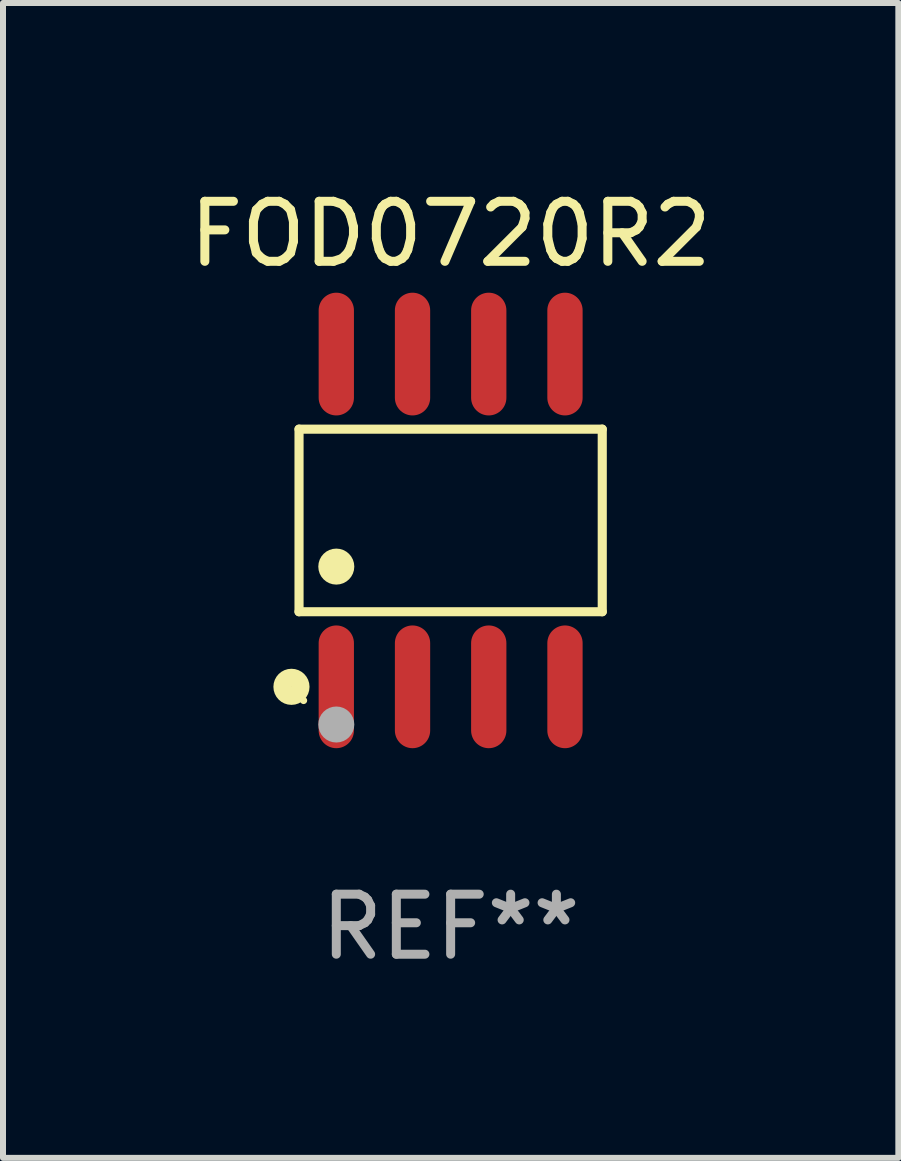
<source format=kicad_pcb>
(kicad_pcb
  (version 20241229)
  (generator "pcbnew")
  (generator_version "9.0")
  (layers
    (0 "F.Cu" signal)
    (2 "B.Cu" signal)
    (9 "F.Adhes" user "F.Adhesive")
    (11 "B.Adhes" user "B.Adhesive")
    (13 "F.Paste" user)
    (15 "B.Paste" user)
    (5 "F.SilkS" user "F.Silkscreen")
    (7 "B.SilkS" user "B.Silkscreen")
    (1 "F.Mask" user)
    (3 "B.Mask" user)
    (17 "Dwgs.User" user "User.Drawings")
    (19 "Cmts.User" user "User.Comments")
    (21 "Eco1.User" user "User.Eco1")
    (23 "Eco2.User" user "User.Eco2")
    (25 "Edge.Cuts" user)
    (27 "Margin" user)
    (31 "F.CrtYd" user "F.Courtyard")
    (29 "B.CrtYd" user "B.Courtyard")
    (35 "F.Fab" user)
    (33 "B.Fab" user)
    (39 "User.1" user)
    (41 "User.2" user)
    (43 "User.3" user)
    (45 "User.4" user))
  (footprint "FOD0720R2"
    (layer "F.Cu")
    (at 4.458 5.621)
    (property "Reference" "FOD0720R2" (at 0 -4.772 0) (layer "F.SilkS") (effects (font (size 1 1) (thickness 0.15))))
    (attr through_hole)
    (fp_line (start -2.526 -1.521) (end 2.526 -1.521) (stroke (width 0.152) (type solid)) (layer "F.SilkS"))
    (fp_line (start -2.526 1.521) (end -2.526 -1.521) (stroke (width 0.152) (type solid)) (layer "F.SilkS"))
    (fp_line (start 2.526 -1.521) (end 2.526 1.521) (stroke (width 0.152) (type solid)) (layer "F.SilkS"))
    (fp_line (start 2.526 1.521) (end -2.526 1.521) (stroke (width 0.152) (type solid)) (layer "F.SilkS"))
    (fp_circle (center -2.652 2.772) (end -2.501 2.772) (stroke (width 0.3) (type solid)) (fill no) (layer "F.SilkS"))
    (fp_circle (center -2.45 3) (end -2.42 3) (stroke (width 0.06) (type solid)) (fill no) (layer "F.SilkS"))
    (fp_circle (center -1.905 0.769) (end -1.755 0.769) (stroke (width 0.3) (type solid)) (fill no) (layer "F.SilkS"))
    (fp_circle (center -1.905 3.4) (end -1.755 3.4) (stroke (width 0.3) (type solid)) (fill no) (layer "F.Fab"))
    (fp_text user "REF**" (at 0 6.772 0) (layer "F.Fab") (effects (font (size 1 1) (thickness 0.15))))
    (pad "1" smd oval (at -1.905 2.772) (size 0.588 2.045) (layers "F.Cu" "F.Mask" "F.Paste"))
    (pad "2" smd oval (at -0.635 2.772) (size 0.588 2.045) (layers "F.Cu" "F.Mask" "F.Paste"))
    (pad "3" smd oval (at 0.635 2.772) (size 0.588 2.045) (layers "F.Cu" "F.Mask" "F.Paste"))
    (pad "4" smd oval (at 1.905 2.772) (size 0.588 2.045) (layers "F.Cu" "F.Mask" "F.Paste"))
    (pad "5" smd oval (at 1.905 -2.772) (size 0.588 2.045) (layers "F.Cu" "F.Mask" "F.Paste"))
    (pad "6" smd oval (at 0.635 -2.772) (size 0.588 2.045) (layers "F.Cu" "F.Mask" "F.Paste"))
    (pad "7" smd oval (at -0.635 -2.772) (size 0.588 2.045) (layers "F.Cu" "F.Mask" "F.Paste"))
    (pad "8" smd oval (at -1.905 -2.772) (size 0.588 2.045) (layers "F.Cu" "F.Mask" "F.Paste")))
  (gr_rect
    (start -3 -3)
    (end 11.917 16.241)
    (stroke (width 0.1) (type default))
    (fill no)
    (layer "Edge.Cuts")))
</source>
